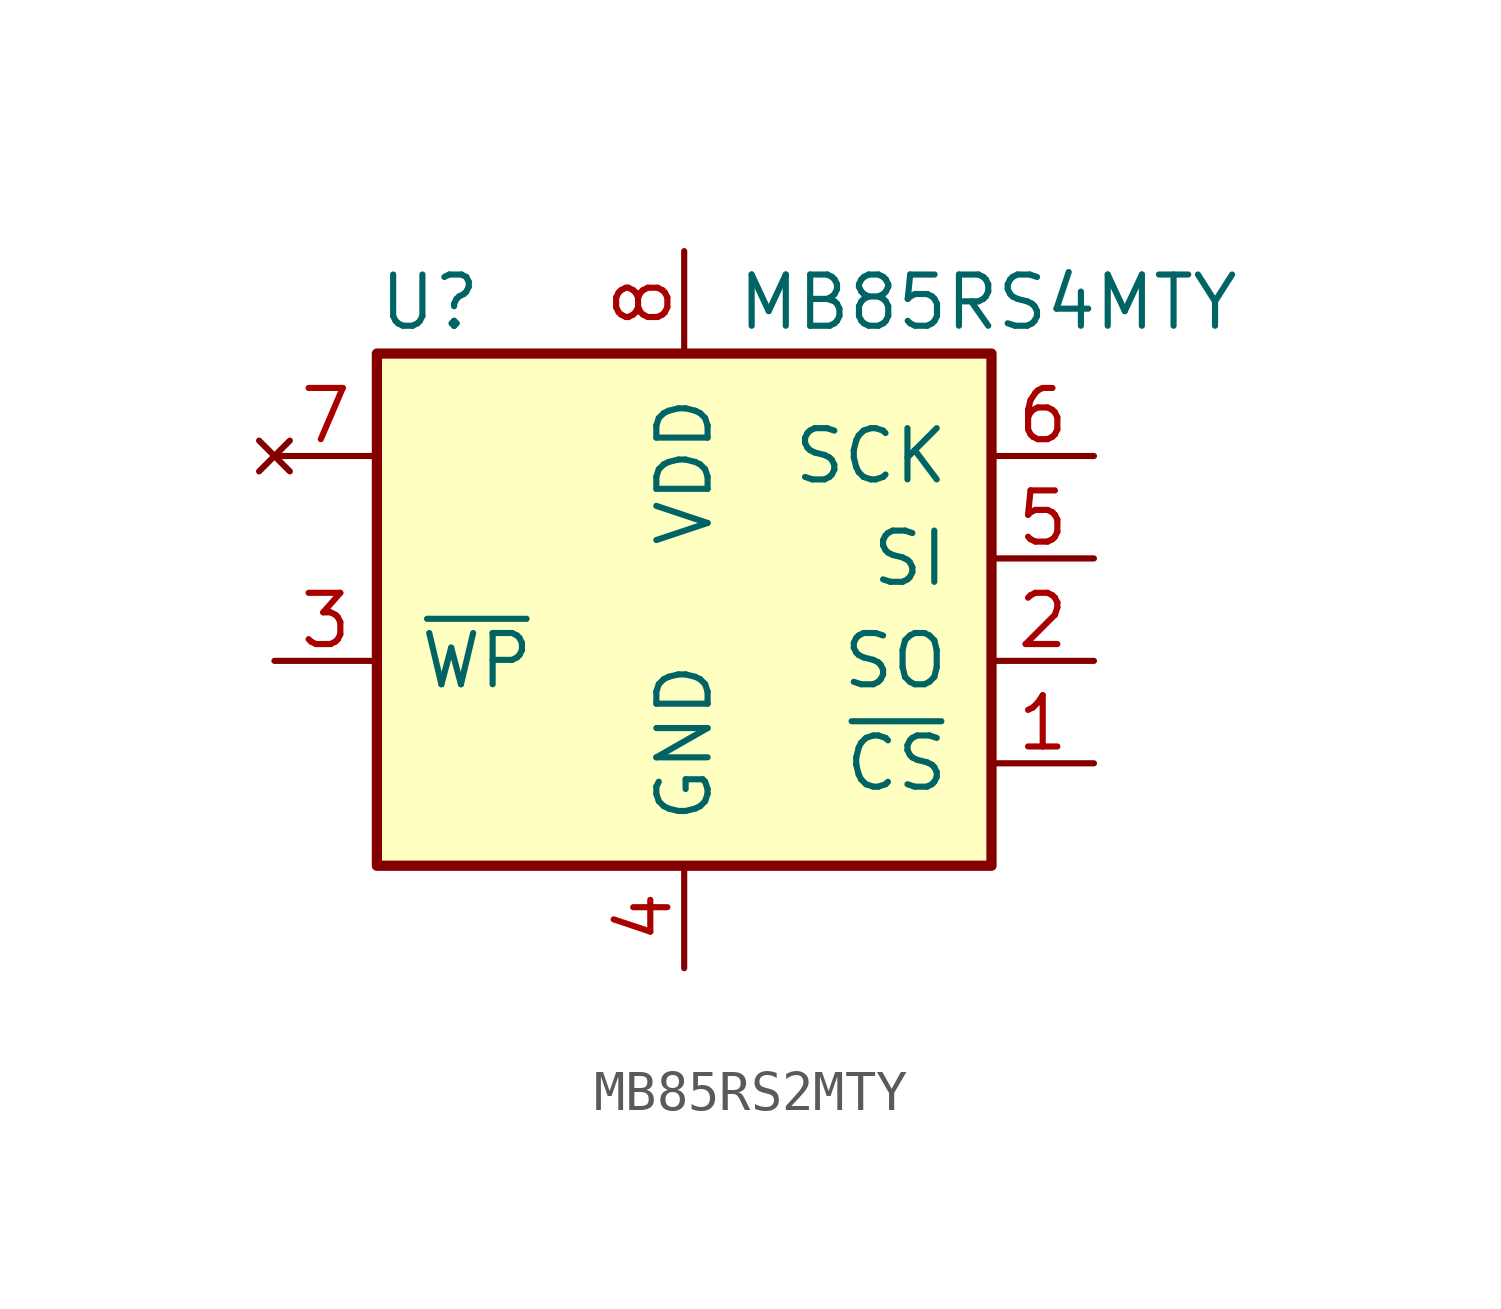
<source format=kicad_sym>
(kicad_symbol_lib
  (version 20241209)
  (generator "kicad_symbol_editor")
  (generator_version "9.0")
  (symbol "MB85RS2MTY"
    (pin_names
      (offset 1.016))
    (property "Reference" "U"
      (at -7.62 6.35 0)
      (effects (font (size 1.27 1.27)) (justify left)))
    (property "Value" "MB85RS4MTY"
      (at 1.27 6.35 0)
      (effects (font (size 1.27 1.27)) (justify left)))
    (symbol "MB85RS2MTY_0_1"
      (rectangle (start -7.62 5.08) (end 7.62 -7.62) (stroke (width 0.254) (type default)) (fill (type background))))
    (symbol "MB85RS2MTY_1_1"
      (pin no_connect line (at -10.16 2.54 0) (length 2.54) (name "" (effects (font (size 1.27 1.27)))) (number "7" (effects (font (size 1.27 1.27)))))
      (pin input line (at -10.16 -2.54 0) (length 2.54) (name "~{WP}" (effects (font (size 1.27 1.27)))) (number "3" (effects (font (size 1.27 1.27)))))
      (pin power_in line (at 0 7.62 270) (length 2.54) (name "VDD" (effects (font (size 1.27 1.27)))) (number "8" (effects (font (size 1.27 1.27)))))
      (pin power_in line (at 0 -10.16 90) (length 2.54) (name "GND" (effects (font (size 1.27 1.27)))) (number "4" (effects (font (size 1.27 1.27)))))
      (pin input line (at 10.16 2.54 180) (length 2.54) (name "SCK" (effects (font (size 1.27 1.27)))) (number "6" (effects (font (size 1.27 1.27)))))
      (pin input line (at 10.16 0 180) (length 2.54) (name "SI" (effects (font (size 1.27 1.27)))) (number "5" (effects (font (size 1.27 1.27)))))
      (pin output line (at 10.16 -2.54 180) (length 2.54) (name "SO" (effects (font (size 1.27 1.27)))) (number "2" (effects (font (size 1.27 1.27)))))
      (pin input line (at 10.16 -5.08 180) (length 2.54) (name "~{CS}" (effects (font (size 1.27 1.27)))) (number "1" (effects (font (size 1.27 1.27))))))))
</source>
